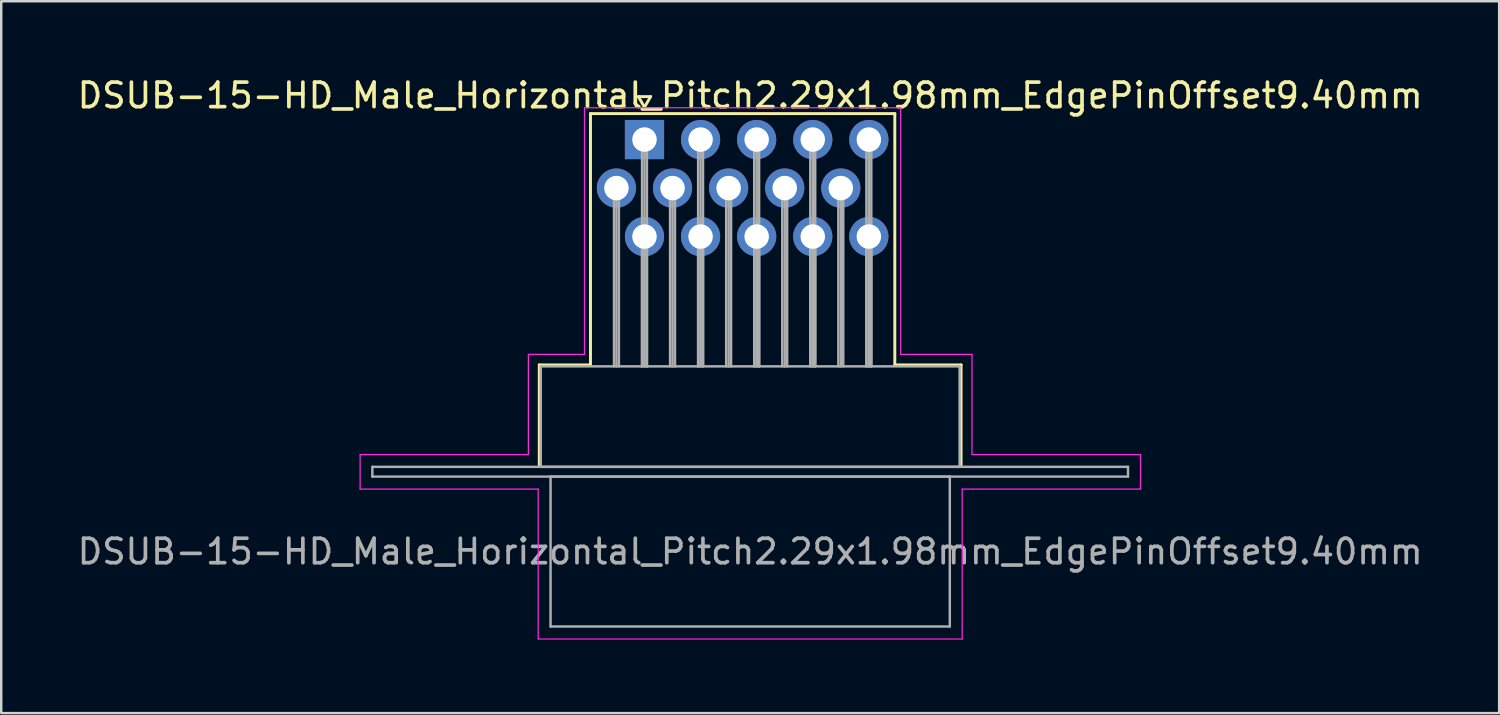
<source format=kicad_pcb>
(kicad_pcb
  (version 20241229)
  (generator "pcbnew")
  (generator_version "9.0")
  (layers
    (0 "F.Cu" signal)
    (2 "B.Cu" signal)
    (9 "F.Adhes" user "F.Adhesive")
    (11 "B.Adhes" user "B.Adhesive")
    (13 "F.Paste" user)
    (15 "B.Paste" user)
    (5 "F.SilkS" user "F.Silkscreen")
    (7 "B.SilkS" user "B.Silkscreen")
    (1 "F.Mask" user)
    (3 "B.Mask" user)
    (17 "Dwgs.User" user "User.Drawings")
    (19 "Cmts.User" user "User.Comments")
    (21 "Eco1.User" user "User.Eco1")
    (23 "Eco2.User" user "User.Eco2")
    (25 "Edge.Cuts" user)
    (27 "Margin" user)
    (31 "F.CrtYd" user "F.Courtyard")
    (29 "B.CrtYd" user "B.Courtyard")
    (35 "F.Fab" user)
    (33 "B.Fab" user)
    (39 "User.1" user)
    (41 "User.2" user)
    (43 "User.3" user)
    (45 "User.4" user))
  (footprint "DSUB-15-HD_Male_Horizontal_Pitch2.29x1.98mm_EdgePinOffset9.40mm"
    (layer "F.Cu")
    (at 23.262 2.648)
    (property "Reference" "DSUB-15-HD_Male_Horizontal_Pitch2.29x1.98mm_EdgePinOffset9.40mm" (at 4.315 -1.8 0) (layer "F.SilkS") (effects (font (size 1 1) (thickness 0.15))))
    (attr through_hole)
    (fp_line (start -4.295 9.2) (end -2.205 9.2) (stroke (width 0.12) (type solid)) (layer "F.SilkS"))
    (fp_line (start -4.295 13.3) (end -4.295 9.2) (stroke (width 0.12) (type solid)) (layer "F.SilkS"))
    (fp_line (start -2.205 -1.06) (end 10.22 -1.06) (stroke (width 0.12) (type solid)) (layer "F.SilkS"))
    (fp_line (start -2.205 9.2) (end -2.205 -1.06) (stroke (width 0.12) (type solid)) (layer "F.SilkS"))
    (fp_line (start -0.25 -1.754) (end 0.25 -1.754) (stroke (width 0.12) (type solid)) (layer "F.SilkS"))
    (fp_line (start 0 -1.321) (end -0.25 -1.754) (stroke (width 0.12) (type solid)) (layer "F.SilkS"))
    (fp_line (start 0.25 -1.754) (end 0 -1.321) (stroke (width 0.12) (type solid)) (layer "F.SilkS"))
    (fp_line (start 10.22 -1.06) (end 10.22 9.2) (stroke (width 0.12) (type solid)) (layer "F.SilkS"))
    (fp_line (start 10.22 9.2) (end 12.925 9.2) (stroke (width 0.12) (type solid)) (layer "F.SilkS"))
    (fp_line (start 12.925 9.2) (end 12.925 13.3) (stroke (width 0.12) (type solid)) (layer "F.SilkS"))
    (fp_line (start -11.61 12.86) (end -4.74 12.86) (stroke (width 0.05) (type solid)) (layer "F.CrtYd"))
    (fp_line (start -11.61 14.27) (end -11.61 12.86) (stroke (width 0.05) (type solid)) (layer "F.CrtYd"))
    (fp_line (start -4.74 8.77) (end -2.45 8.77) (stroke (width 0.05) (type solid)) (layer "F.CrtYd"))
    (fp_line (start -4.74 12.86) (end -4.74 8.77) (stroke (width 0.05) (type solid)) (layer "F.CrtYd"))
    (fp_line (start -4.34 14.27) (end -11.61 14.27) (stroke (width 0.05) (type solid)) (layer "F.CrtYd"))
    (fp_line (start -4.34 20.39) (end -4.34 14.27) (stroke (width 0.05) (type solid)) (layer "F.CrtYd"))
    (fp_line (start -2.45 -1.3) (end 10.46 -1.3) (stroke (width 0.05) (type solid)) (layer "F.CrtYd"))
    (fp_line (start -2.45 8.77) (end -2.45 -1.3) (stroke (width 0.05) (type solid)) (layer "F.CrtYd"))
    (fp_line (start 10.46 -1.3) (end 10.46 8.77) (stroke (width 0.05) (type solid)) (layer "F.CrtYd"))
    (fp_line (start 10.46 8.77) (end 13.37 8.77) (stroke (width 0.05) (type solid)) (layer "F.CrtYd"))
    (fp_line (start 12.97 14.27) (end 12.97 20.39) (stroke (width 0.05) (type solid)) (layer "F.CrtYd"))
    (fp_line (start 12.97 20.39) (end -4.34 20.39) (stroke (width 0.05) (type solid)) (layer "F.CrtYd"))
    (fp_line (start 13.37 8.77) (end 13.37 12.86) (stroke (width 0.05) (type solid)) (layer "F.CrtYd"))
    (fp_line (start 13.37 12.86) (end 20.25 12.86) (stroke (width 0.05) (type solid)) (layer "F.CrtYd"))
    (fp_line (start 20.25 12.86) (end 20.25 14.27) (stroke (width 0.05) (type solid)) (layer "F.CrtYd"))
    (fp_line (start 20.25 14.27) (end 12.97 14.27) (stroke (width 0.05) (type solid)) (layer "F.CrtYd"))
    (fp_line (start -11.11 13.36) (end -11.11 13.76) (stroke (width 0.1) (type solid)) (layer "F.Fab"))
    (fp_line (start -11.11 13.76) (end 19.74 13.76) (stroke (width 0.1) (type solid)) (layer "F.Fab"))
    (fp_line (start -4.235 9.26) (end -4.235 13.36) (stroke (width 0.1) (type solid)) (layer "F.Fab"))
    (fp_line (start -4.235 13.36) (end 12.865 13.36) (stroke (width 0.1) (type solid)) (layer "F.Fab"))
    (fp_line (start -3.835 13.76) (end -3.835 19.88) (stroke (width 0.1) (type solid)) (layer "F.Fab"))
    (fp_line (start -3.835 19.88) (end 12.465 19.88) (stroke (width 0.1) (type solid)) (layer "F.Fab"))
    (fp_line (start -1.245 1.98) (end -1.245 9.26) (stroke (width 0.1) (type solid)) (layer "F.Fab"))
    (fp_line (start -1.145 1.98) (end -1.145 9.26) (stroke (width 0.1) (type solid)) (layer "F.Fab"))
    (fp_line (start -1.045 1.98) (end -1.045 9.26) (stroke (width 0.1) (type solid)) (layer "F.Fab"))
    (fp_line (start -0.1 0) (end -0.1 9.26) (stroke (width 0.1) (type solid)) (layer "F.Fab"))
    (fp_line (start -0.1 3.96) (end -0.1 9.26) (stroke (width 0.1) (type solid)) (layer "F.Fab"))
    (fp_line (start 0 0) (end 0 9.26) (stroke (width 0.1) (type solid)) (layer "F.Fab"))
    (fp_line (start 0 3.96) (end 0 9.26) (stroke (width 0.1) (type solid)) (layer "F.Fab"))
    (fp_line (start 0.1 0) (end 0.1 9.26) (stroke (width 0.1) (type solid)) (layer "F.Fab"))
    (fp_line (start 0.1 3.96) (end 0.1 9.26) (stroke (width 0.1) (type solid)) (layer "F.Fab"))
    (fp_line (start 1.045 1.98) (end 1.045 9.26) (stroke (width 0.1) (type solid)) (layer "F.Fab"))
    (fp_line (start 1.145 1.98) (end 1.145 9.26) (stroke (width 0.1) (type solid)) (layer "F.Fab"))
    (fp_line (start 1.245 1.98) (end 1.245 9.26) (stroke (width 0.1) (type solid)) (layer "F.Fab"))
    (fp_line (start 2.19 0) (end 2.19 9.26) (stroke (width 0.1) (type solid)) (layer "F.Fab"))
    (fp_line (start 2.19 3.96) (end 2.19 9.26) (stroke (width 0.1) (type solid)) (layer "F.Fab"))
    (fp_line (start 2.29 0) (end 2.29 9.26) (stroke (width 0.1) (type solid)) (layer "F.Fab"))
    (fp_line (start 2.29 3.96) (end 2.29 9.26) (stroke (width 0.1) (type solid)) (layer "F.Fab"))
    (fp_line (start 2.39 0) (end 2.39 9.26) (stroke (width 0.1) (type solid)) (layer "F.Fab"))
    (fp_line (start 2.39 3.96) (end 2.39 9.26) (stroke (width 0.1) (type solid)) (layer "F.Fab"))
    (fp_line (start 3.335 1.98) (end 3.335 9.26) (stroke (width 0.1) (type solid)) (layer "F.Fab"))
    (fp_line (start 3.435 1.98) (end 3.435 9.26) (stroke (width 0.1) (type solid)) (layer "F.Fab"))
    (fp_line (start 3.535 1.98) (end 3.535 9.26) (stroke (width 0.1) (type solid)) (layer "F.Fab"))
    (fp_line (start 4.48 0) (end 4.48 9.26) (stroke (width 0.1) (type solid)) (layer "F.Fab"))
    (fp_line (start 4.48 3.96) (end 4.48 9.26) (stroke (width 0.1) (type solid)) (layer "F.Fab"))
    (fp_line (start 4.58 0) (end 4.58 9.26) (stroke (width 0.1) (type solid)) (layer "F.Fab"))
    (fp_line (start 4.58 3.96) (end 4.58 9.26) (stroke (width 0.1) (type solid)) (layer "F.Fab"))
    (fp_line (start 4.68 0) (end 4.68 9.26) (stroke (width 0.1) (type solid)) (layer "F.Fab"))
    (fp_line (start 4.68 3.96) (end 4.68 9.26) (stroke (width 0.1) (type solid)) (layer "F.Fab"))
    (fp_line (start 5.625 1.98) (end 5.625 9.26) (stroke (width 0.1) (type solid)) (layer "F.Fab"))
    (fp_line (start 5.725 1.98) (end 5.725 9.26) (stroke (width 0.1) (type solid)) (layer "F.Fab"))
    (fp_line (start 5.825 1.98) (end 5.825 9.26) (stroke (width 0.1) (type solid)) (layer "F.Fab"))
    (fp_line (start 6.77 0) (end 6.77 9.26) (stroke (width 0.1) (type solid)) (layer "F.Fab"))
    (fp_line (start 6.77 3.96) (end 6.77 9.26) (stroke (width 0.1) (type solid)) (layer "F.Fab"))
    (fp_line (start 6.87 0) (end 6.87 9.26) (stroke (width 0.1) (type solid)) (layer "F.Fab"))
    (fp_line (start 6.87 3.96) (end 6.87 9.26) (stroke (width 0.1) (type solid)) (layer "F.Fab"))
    (fp_line (start 6.97 0) (end 6.97 9.26) (stroke (width 0.1) (type solid)) (layer "F.Fab"))
    (fp_line (start 6.97 3.96) (end 6.97 9.26) (stroke (width 0.1) (type solid)) (layer "F.Fab"))
    (fp_line (start 7.915 1.98) (end 7.915 9.26) (stroke (width 0.1) (type solid)) (layer "F.Fab"))
    (fp_line (start 8.015 1.98) (end 8.015 9.26) (stroke (width 0.1) (type solid)) (layer "F.Fab"))
    (fp_line (start 8.115 1.98) (end 8.115 9.26) (stroke (width 0.1) (type solid)) (layer "F.Fab"))
    (fp_line (start 9.06 0) (end 9.06 9.26) (stroke (width 0.1) (type solid)) (layer "F.Fab"))
    (fp_line (start 9.06 3.96) (end 9.06 9.26) (stroke (width 0.1) (type solid)) (layer "F.Fab"))
    (fp_line (start 9.16 0) (end 9.16 9.26) (stroke (width 0.1) (type solid)) (layer "F.Fab"))
    (fp_line (start 9.16 3.96) (end 9.16 9.26) (stroke (width 0.1) (type solid)) (layer "F.Fab"))
    (fp_line (start 9.26 0) (end 9.26 9.26) (stroke (width 0.1) (type solid)) (layer "F.Fab"))
    (fp_line (start 9.26 3.96) (end 9.26 9.26) (stroke (width 0.1) (type solid)) (layer "F.Fab"))
    (fp_line (start 12.465 13.76) (end -3.835 13.76) (stroke (width 0.1) (type solid)) (layer "F.Fab"))
    (fp_line (start 12.465 19.88) (end 12.465 13.76) (stroke (width 0.1) (type solid)) (layer "F.Fab"))
    (fp_line (start 12.865 9.26) (end -4.235 9.26) (stroke (width 0.1) (type solid)) (layer "F.Fab"))
    (fp_line (start 12.865 13.36) (end 12.865 9.26) (stroke (width 0.1) (type solid)) (layer "F.Fab"))
    (fp_line (start 19.74 13.36) (end -11.11 13.36) (stroke (width 0.1) (type solid)) (layer "F.Fab"))
    (fp_line (start 19.74 13.76) (end 19.74 13.36) (stroke (width 0.1) (type solid)) (layer "F.Fab"))
    (fp_text user "${REFERENCE}" (at 4.315 16.82 0) (layer "F.Fab") (effects (font (size 1 1) (thickness 0.15))))
    (pad "1" thru_hole rect (at 0 0) (size 1.6 1.6) (drill 1) (layers "*.Cu" "*.Mask"))
    (pad "2" thru_hole circle (at 2.29 0) (size 1.6 1.6) (drill 1) (layers "*.Cu" "*.Mask"))
    (pad "3" thru_hole circle (at 4.58 0) (size 1.6 1.6) (drill 1) (layers "*.Cu" "*.Mask"))
    (pad "4" thru_hole circle (at 6.87 0) (size 1.6 1.6) (drill 1) (layers "*.Cu" "*.Mask"))
    (pad "5" thru_hole circle (at 9.16 0) (size 1.6 1.6) (drill 1) (layers "*.Cu" "*.Mask"))
    (pad "6" thru_hole circle (at -1.145 1.98) (size 1.6 1.6) (drill 1) (layers "*.Cu" "*.Mask"))
    (pad "7" thru_hole circle (at 1.145 1.98) (size 1.6 1.6) (drill 1) (layers "*.Cu" "*.Mask"))
    (pad "8" thru_hole circle (at 3.435 1.98) (size 1.6 1.6) (drill 1) (layers "*.Cu" "*.Mask"))
    (pad "9" thru_hole circle (at 5.725 1.98) (size 1.6 1.6) (drill 1) (layers "*.Cu" "*.Mask"))
    (pad "10" thru_hole circle (at 8.015 1.98) (size 1.6 1.6) (drill 1) (layers "*.Cu" "*.Mask"))
    (pad "11" thru_hole circle (at 0 3.96) (size 1.6 1.6) (drill 1) (layers "*.Cu" "*.Mask"))
    (pad "12" thru_hole circle (at 2.29 3.96) (size 1.6 1.6) (drill 1) (layers "*.Cu" "*.Mask"))
    (pad "13" thru_hole circle (at 4.58 3.96) (size 1.6 1.6) (drill 1) (layers "*.Cu" "*.Mask"))
    (pad "14" thru_hole circle (at 6.87 3.96) (size 1.6 1.6) (drill 1) (layers "*.Cu" "*.Mask"))
    (pad "15" thru_hole circle (at 9.16 3.96) (size 1.6 1.6) (drill 1) (layers "*.Cu" "*.Mask")))
  (gr_rect
    (start -3 -3)
    (end 58.155 26.063)
    (stroke (width 0.1) (type default))
    (fill no)
    (layer "Edge.Cuts")))
</source>
